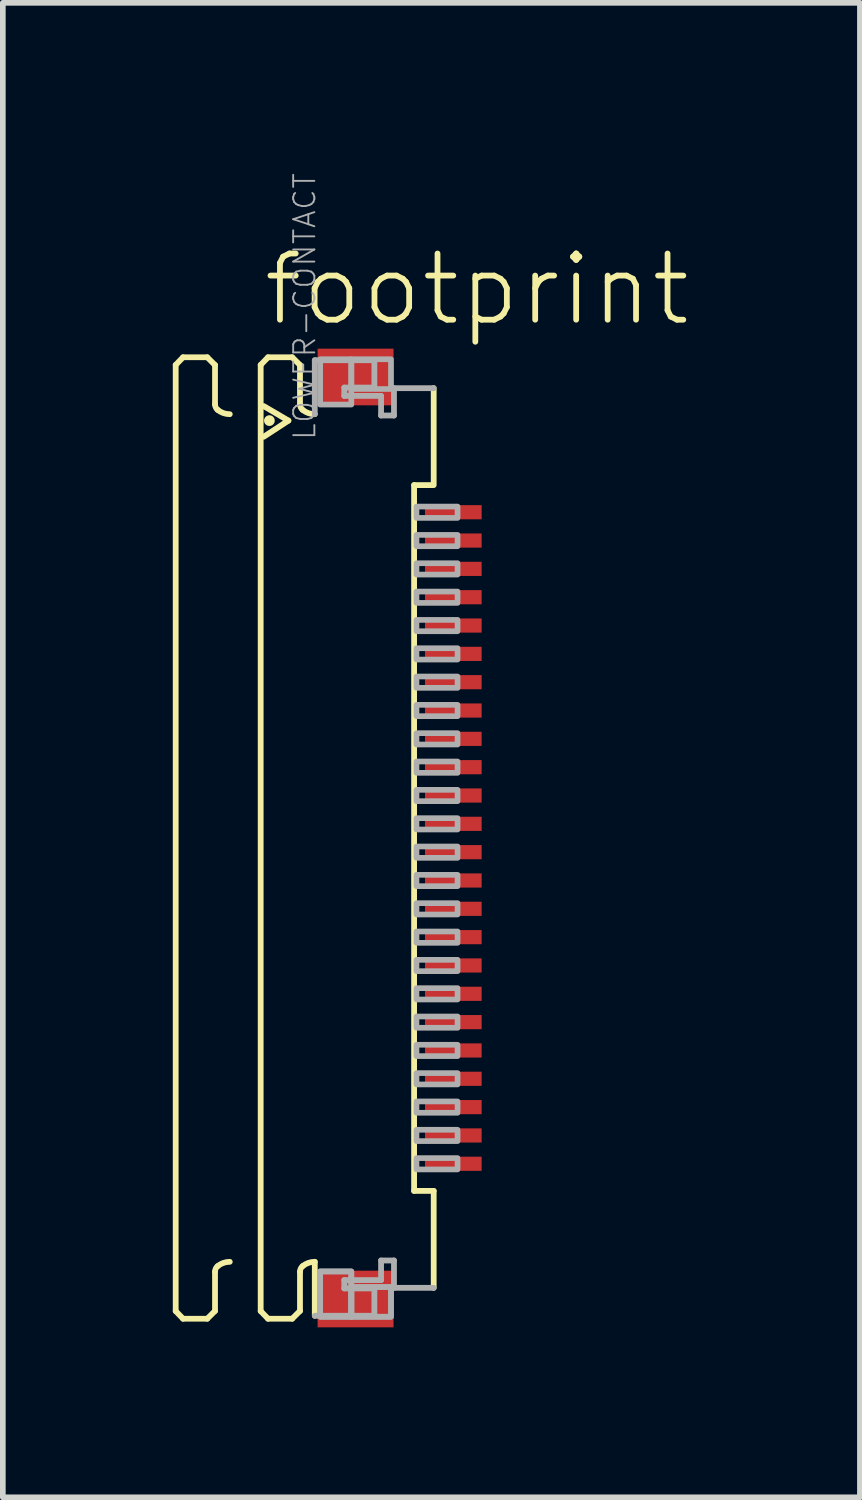
<source format=kicad_pcb>
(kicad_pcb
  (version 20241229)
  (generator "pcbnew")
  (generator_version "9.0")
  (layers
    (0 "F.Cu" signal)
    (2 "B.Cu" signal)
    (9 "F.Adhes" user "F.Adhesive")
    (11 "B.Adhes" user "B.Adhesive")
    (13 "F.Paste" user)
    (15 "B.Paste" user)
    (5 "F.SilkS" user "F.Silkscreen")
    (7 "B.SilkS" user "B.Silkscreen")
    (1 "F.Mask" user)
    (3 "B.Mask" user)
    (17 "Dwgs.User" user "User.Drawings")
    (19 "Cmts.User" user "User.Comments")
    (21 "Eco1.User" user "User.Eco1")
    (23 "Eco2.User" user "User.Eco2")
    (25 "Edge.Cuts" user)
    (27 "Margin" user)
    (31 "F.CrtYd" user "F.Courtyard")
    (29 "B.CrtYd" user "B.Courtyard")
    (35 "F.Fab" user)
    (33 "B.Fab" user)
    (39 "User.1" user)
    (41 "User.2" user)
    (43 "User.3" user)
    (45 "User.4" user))
  (footprint "footprint"
    (layer "F.Cu")
    (at 3.046 11.741)
    (property "Reference" "footprint" (at -1.5 -9 0) (layer "F.SilkS") (effects (font (size 1.168 1.168) (thickness 0.102)) (justify left bottom)))
    (fp_poly (pts (xy 1.355 -5.575) (xy 2.455 -5.575) (xy 2.455 -5.925) (xy 1.355 -5.925)) (stroke (width 0) (type solid)) (fill yes) (layer "F.Mask"))
    (fp_poly (pts (xy 1.355 -5.075) (xy 2.455 -5.075) (xy 2.455 -5.425) (xy 1.355 -5.425)) (stroke (width 0) (type solid)) (fill yes) (layer "F.Mask"))
    (fp_poly (pts (xy 1.355 -4.575) (xy 2.455 -4.575) (xy 2.455 -4.925) (xy 1.355 -4.925)) (stroke (width 0) (type solid)) (fill yes) (layer "F.Mask"))
    (fp_poly (pts (xy 1.355 -4.075) (xy 2.455 -4.075) (xy 2.455 -4.425) (xy 1.355 -4.425)) (stroke (width 0) (type solid)) (fill yes) (layer "F.Mask"))
    (fp_poly (pts (xy 1.355 -3.575) (xy 2.455 -3.575) (xy 2.455 -3.925) (xy 1.355 -3.925)) (stroke (width 0) (type solid)) (fill yes) (layer "F.Mask"))
    (fp_poly (pts (xy 1.355 -3.075) (xy 2.455 -3.075) (xy 2.455 -3.425) (xy 1.355 -3.425)) (stroke (width 0) (type solid)) (fill yes) (layer "F.Mask"))
    (fp_poly (pts (xy 1.355 -2.575) (xy 2.455 -2.575) (xy 2.455 -2.925) (xy 1.355 -2.925)) (stroke (width 0) (type solid)) (fill yes) (layer "F.Mask"))
    (fp_poly (pts (xy 1.355 -2.075) (xy 2.455 -2.075) (xy 2.455 -2.425) (xy 1.355 -2.425)) (stroke (width 0) (type solid)) (fill yes) (layer "F.Mask"))
    (fp_poly (pts (xy 1.355 -1.575) (xy 2.455 -1.575) (xy 2.455 -1.925) (xy 1.355 -1.925)) (stroke (width 0) (type solid)) (fill yes) (layer "F.Mask"))
    (fp_poly (pts (xy 1.355 -1.075) (xy 2.455 -1.075) (xy 2.455 -1.425) (xy 1.355 -1.425)) (stroke (width 0) (type solid)) (fill yes) (layer "F.Mask"))
    (fp_poly (pts (xy 1.355 -0.575) (xy 2.455 -0.575) (xy 2.455 -0.925) (xy 1.355 -0.925)) (stroke (width 0) (type solid)) (fill yes) (layer "F.Mask"))
    (fp_poly (pts (xy 1.355 -0.075) (xy 2.455 -0.075) (xy 2.455 -0.425) (xy 1.355 -0.425)) (stroke (width 0) (type solid)) (fill yes) (layer "F.Mask"))
    (fp_poly (pts (xy 1.355 0.425) (xy 2.455 0.425) (xy 2.455 0.075) (xy 1.355 0.075)) (stroke (width 0) (type solid)) (fill yes) (layer "F.Mask"))
    (fp_poly (pts (xy 1.355 0.925) (xy 2.455 0.925) (xy 2.455 0.575) (xy 1.355 0.575)) (stroke (width 0) (type solid)) (fill yes) (layer "F.Mask"))
    (fp_poly (pts (xy 1.355 1.425) (xy 2.455 1.425) (xy 2.455 1.075) (xy 1.355 1.075)) (stroke (width 0) (type solid)) (fill yes) (layer "F.Mask"))
    (fp_poly (pts (xy 1.355 1.925) (xy 2.455 1.925) (xy 2.455 1.575) (xy 1.355 1.575)) (stroke (width 0) (type solid)) (fill yes) (layer "F.Mask"))
    (fp_poly (pts (xy 1.355 2.425) (xy 2.455 2.425) (xy 2.455 2.075) (xy 1.355 2.075)) (stroke (width 0) (type solid)) (fill yes) (layer "F.Mask"))
    (fp_poly (pts (xy 1.355 2.925) (xy 2.455 2.925) (xy 2.455 2.575) (xy 1.355 2.575)) (stroke (width 0) (type solid)) (fill yes) (layer "F.Mask"))
    (fp_poly (pts (xy 1.355 3.425) (xy 2.455 3.425) (xy 2.455 3.075) (xy 1.355 3.075)) (stroke (width 0) (type solid)) (fill yes) (layer "F.Mask"))
    (fp_poly (pts (xy 1.355 3.925) (xy 2.455 3.925) (xy 2.455 3.575) (xy 1.355 3.575)) (stroke (width 0) (type solid)) (fill yes) (layer "F.Mask"))
    (fp_poly (pts (xy 1.355 4.425) (xy 2.455 4.425) (xy 2.455 4.075) (xy 1.355 4.075)) (stroke (width 0) (type solid)) (fill yes) (layer "F.Mask"))
    (fp_poly (pts (xy 1.355 4.925) (xy 2.455 4.925) (xy 2.455 4.575) (xy 1.355 4.575)) (stroke (width 0) (type solid)) (fill yes) (layer "F.Mask"))
    (fp_poly (pts (xy 1.355 5.425) (xy 2.455 5.425) (xy 2.455 5.075) (xy 1.355 5.075)) (stroke (width 0) (type solid)) (fill yes) (layer "F.Mask"))
    (fp_poly (pts (xy 1.355 5.925) (xy 2.455 5.925) (xy 2.455 5.575) (xy 1.355 5.575)) (stroke (width 0) (type solid)) (fill yes) (layer "F.Mask"))
    (fp_line (start -2.995 -8.35) (end -2.865 -8.485) (stroke (width 0.102) (type solid)) (layer "F.SilkS"))
    (fp_line (start -2.995 8.35) (end -2.995 -8.35) (stroke (width 0.102) (type solid)) (layer "F.SilkS"))
    (fp_line (start -2.995 8.35) (end -2.865 8.485) (stroke (width 0.102) (type solid)) (layer "F.SilkS"))
    (fp_line (start -2.865 -8.485) (end -2.438 -8.485) (stroke (width 0.102) (type solid)) (layer "F.SilkS"))
    (fp_line (start -2.865 8.485) (end -2.438 8.485) (stroke (width 0.102) (type solid)) (layer "F.SilkS"))
    (fp_line (start -2.438 -8.485) (end -2.301 -8.348) (stroke (width 0.102) (type solid)) (layer "F.SilkS"))
    (fp_line (start -2.438 8.485) (end -2.301 8.348) (stroke (width 0.102) (type solid)) (layer "F.SilkS"))
    (fp_line (start -2.301 -8.348) (end -2.301 -7.656) (stroke (width 0.102) (type solid)) (layer "F.SilkS"))
    (fp_line (start -2.301 8.348) (end -2.301 7.656) (stroke (width 0.102) (type solid)) (layer "F.SilkS"))
    (fp_line (start -1.495 -8.35) (end -1.365 -8.485) (stroke (width 0.102) (type solid)) (layer "F.SilkS"))
    (fp_line (start -1.495 8.35) (end -1.495 -8.35) (stroke (width 0.102) (type solid)) (layer "F.SilkS"))
    (fp_line (start -1.495 8.35) (end -1.365 8.485) (stroke (width 0.102) (type solid)) (layer "F.SilkS"))
    (fp_line (start -1.441 -7.623) (end -1.005 -7.367) (stroke (width 0.102) (type solid)) (layer "F.SilkS"))
    (fp_line (start -1.365 -8.485) (end -0.939 -8.485) (stroke (width 0.102) (type solid)) (layer "F.SilkS"))
    (fp_line (start -1.365 8.485) (end -0.939 8.485) (stroke (width 0.102) (type solid)) (layer "F.SilkS"))
    (fp_line (start -1.005 -7.367) (end -1.441 -7.082) (stroke (width 0.102) (type solid)) (layer "F.SilkS"))
    (fp_line (start -0.939 -8.485) (end -0.801 -8.348) (stroke (width 0.102) (type solid)) (layer "F.SilkS"))
    (fp_line (start -0.939 8.485) (end -0.801 8.348) (stroke (width 0.102) (type solid)) (layer "F.SilkS"))
    (fp_line (start -0.801 -8.348) (end -0.801 -7.656) (stroke (width 0.102) (type solid)) (layer "F.SilkS"))
    (fp_line (start -0.801 8.348) (end -0.801 7.656) (stroke (width 0.102) (type solid)) (layer "F.SilkS"))
    (fp_line (start -0.54 7.48) (end -0.54 8.433) (stroke (width 0.102) (type solid)) (layer "F.SilkS"))
    (fp_line (start 1.213 6.229) (end 1.213 -6.229) (stroke (width 0.102) (type solid)) (layer "F.SilkS"))
    (fp_line (start 1.538 -6.229) (end 1.213 -6.229) (stroke (width 0.102) (type solid)) (layer "F.SilkS"))
    (fp_line (start 1.559 -7.94) (end 1.559 -6.229) (stroke (width 0.102) (type solid)) (layer "F.SilkS"))
    (fp_line (start 1.559 6.229) (end 1.213 6.229) (stroke (width 0.102) (type solid)) (layer "F.SilkS"))
    (fp_line (start 1.559 7.94) (end 1.559 6.229) (stroke (width 0.102) (type solid)) (layer "F.SilkS"))
    (fp_arc (start -2.301 7.6557) (mid -2.288538 7.600596) (end -2.2536 7.556199) (stroke (width 0.1016) (type solid)) (layer "F.SilkS"))
    (fp_arc (start -2.2536 -7.556199) (mid -2.288538 -7.600596) (end -2.301 -7.6557) (stroke (width 0.1016) (type solid)) (layer "F.SilkS"))
    (fp_arc (start -2.2536 7.5562) (mid -2.153476 7.499935) (end -2.0403 7.480399) (stroke (width 0.1016) (type solid)) (layer "F.SilkS"))
    (fp_arc (start -2.0403 -7.480399) (mid -2.153476 -7.499935) (end -2.2536 -7.5562) (stroke (width 0.1016) (type solid)) (layer "F.SilkS"))
    (fp_arc (start -0.801 7.6557) (mid -0.788538 7.600596) (end -0.7536 7.556199) (stroke (width 0.1016) (type solid)) (layer "F.SilkS"))
    (fp_arc (start -0.7536 -7.556199) (mid -0.788538 -7.600596) (end -0.801 -7.6557) (stroke (width 0.1016) (type solid)) (layer "F.SilkS"))
    (fp_arc (start -0.7536 7.5562) (mid -0.653476 7.499935) (end -0.5403 7.480399) (stroke (width 0.1016) (type solid)) (layer "F.SilkS"))
    (fp_arc (start -0.5403 -7.480399) (mid -0.653476 -7.499935) (end -0.7536 -7.5562) (stroke (width 0.1016) (type solid)) (layer "F.SilkS"))
    (fp_circle (center -1.341 -7.367) (end -1.294 -7.367) (stroke (width 0.095) (type solid)) (fill yes) (layer "F.SilkS"))
    (fp_line (start -0.54 -8.433) (end 0.512 -8.433) (stroke (width 0.102) (type solid)) (layer "F.Fab"))
    (fp_line (start -0.54 -7.48) (end -0.54 -8.433) (stroke (width 0.102) (type solid)) (layer "F.Fab"))
    (fp_line (start -0.54 8.433) (end 0.512 8.433) (stroke (width 0.102) (type solid)) (layer "F.Fab"))
    (fp_line (start -0.019 -7.95) (end -0.019 -7.803) (stroke (width 0.102) (type solid)) (layer "F.Fab"))
    (fp_line (start -0.019 -7.803) (end 0.63 -7.803) (stroke (width 0.102) (type solid)) (layer "F.Fab"))
    (fp_line (start -0.019 7.803) (end 0.63 7.803) (stroke (width 0.102) (type solid)) (layer "F.Fab"))
    (fp_line (start -0.019 7.95) (end -0.019 7.803) (stroke (width 0.102) (type solid)) (layer "F.Fab"))
    (fp_line (start 0.512 -8.433) (end 0.512 -7.95) (stroke (width 0.102) (type solid)) (layer "F.Fab"))
    (fp_line (start 0.512 -7.95) (end -0.019 -7.95) (stroke (width 0.102) (type solid)) (layer "F.Fab"))
    (fp_line (start 0.512 7.95) (end -0.019 7.95) (stroke (width 0.102) (type solid)) (layer "F.Fab"))
    (fp_line (start 0.512 8.433) (end 0.512 7.95) (stroke (width 0.102) (type solid)) (layer "F.Fab"))
    (fp_line (start 0.63 -7.803) (end 0.63 -7.457) (stroke (width 0.102) (type solid)) (layer "F.Fab"))
    (fp_line (start 0.63 -7.457) (end 0.858 -7.457) (stroke (width 0.102) (type solid)) (layer "F.Fab"))
    (fp_line (start 0.63 7.457) (end 0.858 7.457) (stroke (width 0.102) (type solid)) (layer "F.Fab"))
    (fp_line (start 0.63 7.803) (end 0.63 7.457) (stroke (width 0.102) (type solid)) (layer "F.Fab"))
    (fp_line (start 0.858 -7.94) (end 1.559 -7.94) (stroke (width 0.102) (type solid)) (layer "F.Fab"))
    (fp_line (start 0.858 -7.457) (end 0.858 -7.94) (stroke (width 0.102) (type solid)) (layer "F.Fab"))
    (fp_line (start 0.858 7.457) (end 0.858 7.94) (stroke (width 0.102) (type solid)) (layer "F.Fab"))
    (fp_line (start 0.858 7.94) (end 1.559 7.94) (stroke (width 0.102) (type solid)) (layer "F.Fab"))
    (fp_poly (pts (xy -0.445 -7.65) (xy 0.105 -7.65) (xy 0.105 -8.45) (xy -0.445 -8.45)) (stroke (width 0.1) (type solid)) (fill no) (layer "F.Fab"))
    (fp_poly (pts (xy -0.445 8.45) (xy 0.105 8.45) (xy 0.105 7.65) (xy -0.445 7.65)) (stroke (width 0.1) (type solid)) (fill no) (layer "F.Fab"))
    (fp_poly (pts (xy -0.445 8.45) (xy 0.105 8.45) (xy 0.105 7.65) (xy -0.445 7.65)) (stroke (width 0.1) (type solid)) (fill no) (layer "F.Fab"))
    (fp_poly (pts (xy 0.105 -7.925) (xy 0.805 -7.925) (xy 0.805 -8.45) (xy 0.105 -8.45)) (stroke (width 0.1) (type solid)) (fill no) (layer "F.Fab"))
    (fp_poly (pts (xy 0.105 8.45) (xy 0.805 8.45) (xy 0.805 7.925) (xy 0.105 7.925)) (stroke (width 0.1) (type solid)) (fill no) (layer "F.Fab"))
    (fp_poly (pts (xy 0.105 8.45) (xy 0.805 8.45) (xy 0.805 7.925) (xy 0.105 7.925)) (stroke (width 0.1) (type solid)) (fill no) (layer "F.Fab"))
    (fp_poly (pts (xy 1.255 -5.65) (xy 1.98 -5.65) (xy 1.98 -5.85) (xy 1.255 -5.85)) (stroke (width 0.1) (type solid)) (fill no) (layer "F.Fab"))
    (fp_poly (pts (xy 1.255 -5.15) (xy 1.98 -5.15) (xy 1.98 -5.35) (xy 1.255 -5.35)) (stroke (width 0.1) (type solid)) (fill no) (layer "F.Fab"))
    (fp_poly (pts (xy 1.255 -4.65) (xy 1.98 -4.65) (xy 1.98 -4.85) (xy 1.255 -4.85)) (stroke (width 0.1) (type solid)) (fill no) (layer "F.Fab"))
    (fp_poly (pts (xy 1.255 -4.15) (xy 1.98 -4.15) (xy 1.98 -4.35) (xy 1.255 -4.35)) (stroke (width 0.1) (type solid)) (fill no) (layer "F.Fab"))
    (fp_poly (pts (xy 1.255 -3.65) (xy 1.98 -3.65) (xy 1.98 -3.85) (xy 1.255 -3.85)) (stroke (width 0.1) (type solid)) (fill no) (layer "F.Fab"))
    (fp_poly (pts (xy 1.255 -3.15) (xy 1.98 -3.15) (xy 1.98 -3.35) (xy 1.255 -3.35)) (stroke (width 0.1) (type solid)) (fill no) (layer "F.Fab"))
    (fp_poly (pts (xy 1.255 -2.65) (xy 1.98 -2.65) (xy 1.98 -2.85) (xy 1.255 -2.85)) (stroke (width 0.1) (type solid)) (fill no) (layer "F.Fab"))
    (fp_poly (pts (xy 1.255 -2.15) (xy 1.98 -2.15) (xy 1.98 -2.35) (xy 1.255 -2.35)) (stroke (width 0.1) (type solid)) (fill no) (layer "F.Fab"))
    (fp_poly (pts (xy 1.255 -1.65) (xy 1.98 -1.65) (xy 1.98 -1.85) (xy 1.255 -1.85)) (stroke (width 0.1) (type solid)) (fill no) (layer "F.Fab"))
    (fp_poly (pts (xy 1.255 -1.15) (xy 1.98 -1.15) (xy 1.98 -1.35) (xy 1.255 -1.35)) (stroke (width 0.1) (type solid)) (fill no) (layer "F.Fab"))
    (fp_poly (pts (xy 1.255 -0.65) (xy 1.98 -0.65) (xy 1.98 -0.85) (xy 1.255 -0.85)) (stroke (width 0.1) (type solid)) (fill no) (layer "F.Fab"))
    (fp_poly (pts (xy 1.255 -0.15) (xy 1.98 -0.15) (xy 1.98 -0.35) (xy 1.255 -0.35)) (stroke (width 0.1) (type solid)) (fill no) (layer "F.Fab"))
    (fp_poly (pts (xy 1.255 0.35) (xy 1.98 0.35) (xy 1.98 0.15) (xy 1.255 0.15)) (stroke (width 0.1) (type solid)) (fill no) (layer "F.Fab"))
    (fp_poly (pts (xy 1.255 0.85) (xy 1.98 0.85) (xy 1.98 0.65) (xy 1.255 0.65)) (stroke (width 0.1) (type solid)) (fill no) (layer "F.Fab"))
    (fp_poly (pts (xy 1.255 1.35) (xy 1.98 1.35) (xy 1.98 1.15) (xy 1.255 1.15)) (stroke (width 0.1) (type solid)) (fill no) (layer "F.Fab"))
    (fp_poly (pts (xy 1.255 1.85) (xy 1.98 1.85) (xy 1.98 1.65) (xy 1.255 1.65)) (stroke (width 0.1) (type solid)) (fill no) (layer "F.Fab"))
    (fp_poly (pts (xy 1.255 2.35) (xy 1.98 2.35) (xy 1.98 2.15) (xy 1.255 2.15)) (stroke (width 0.1) (type solid)) (fill no) (layer "F.Fab"))
    (fp_poly (pts (xy 1.255 2.85) (xy 1.98 2.85) (xy 1.98 2.65) (xy 1.255 2.65)) (stroke (width 0.1) (type solid)) (fill no) (layer "F.Fab"))
    (fp_poly (pts (xy 1.255 3.35) (xy 1.98 3.35) (xy 1.98 3.15) (xy 1.255 3.15)) (stroke (width 0.1) (type solid)) (fill no) (layer "F.Fab"))
    (fp_poly (pts (xy 1.255 3.85) (xy 1.98 3.85) (xy 1.98 3.65) (xy 1.255 3.65)) (stroke (width 0.1) (type solid)) (fill no) (layer "F.Fab"))
    (fp_poly (pts (xy 1.255 4.35) (xy 1.98 4.35) (xy 1.98 4.15) (xy 1.255 4.15)) (stroke (width 0.1) (type solid)) (fill no) (layer "F.Fab"))
    (fp_poly (pts (xy 1.255 4.85) (xy 1.98 4.85) (xy 1.98 4.65) (xy 1.255 4.65)) (stroke (width 0.1) (type solid)) (fill no) (layer "F.Fab"))
    (fp_poly (pts (xy 1.255 5.35) (xy 1.98 5.35) (xy 1.98 5.15) (xy 1.255 5.15)) (stroke (width 0.1) (type solid)) (fill no) (layer "F.Fab"))
    (fp_poly (pts (xy 1.255 5.85) (xy 1.98 5.85) (xy 1.98 5.65) (xy 1.255 5.65)) (stroke (width 0.1) (type solid)) (fill no) (layer "F.Fab"))
    (fp_text user "LOWER-CONTACT" (at -0.5 -7 270) (layer "F.Fab") (effects (font (size 0.374 0.374) (thickness 0.033)) (justify left bottom)))
    (pad "1" smd rect (at 1.905 -5.75) (size 1 0.25) (layers "F.Cu" "F.Paste"))
    (pad "2" smd rect (at 1.905 -5.25) (size 1 0.25) (layers "F.Cu" "F.Paste"))
    (pad "3" smd rect (at 1.905 -4.75) (size 1 0.25) (layers "F.Cu" "F.Paste"))
    (pad "4" smd rect (at 1.905 -4.25) (size 1 0.25) (layers "F.Cu" "F.Paste"))
    (pad "5" smd rect (at 1.905 -3.75) (size 1 0.25) (layers "F.Cu" "F.Paste"))
    (pad "6" smd rect (at 1.905 -3.25) (size 1 0.25) (layers "F.Cu" "F.Paste"))
    (pad "7" smd rect (at 1.905 -2.75) (size 1 0.25) (layers "F.Cu" "F.Paste"))
    (pad "8" smd rect (at 1.905 -2.25) (size 1 0.25) (layers "F.Cu" "F.Paste"))
    (pad "9" smd rect (at 1.905 -1.75) (size 1 0.25) (layers "F.Cu" "F.Paste"))
    (pad "10" smd rect (at 1.905 -1.25) (size 1 0.25) (layers "F.Cu" "F.Paste"))
    (pad "11" smd rect (at 1.905 -0.75) (size 1 0.25) (layers "F.Cu" "F.Paste"))
    (pad "12" smd rect (at 1.905 -0.25) (size 1 0.25) (layers "F.Cu" "F.Paste"))
    (pad "13" smd rect (at 1.905 0.25) (size 1 0.25) (layers "F.Cu" "F.Paste"))
    (pad "14" smd rect (at 1.905 0.75) (size 1 0.25) (layers "F.Cu" "F.Paste"))
    (pad "15" smd rect (at 1.905 1.25) (size 1 0.25) (layers "F.Cu" "F.Paste"))
    (pad "16" smd rect (at 1.905 1.75) (size 1 0.25) (layers "F.Cu" "F.Paste"))
    (pad "17" smd rect (at 1.905 2.25) (size 1 0.25) (layers "F.Cu" "F.Paste"))
    (pad "18" smd rect (at 1.905 2.75) (size 1 0.25) (layers "F.Cu" "F.Paste"))
    (pad "19" smd rect (at 1.905 3.25) (size 1 0.25) (layers "F.Cu" "F.Paste"))
    (pad "20" smd rect (at 1.905 3.75) (size 1 0.25) (layers "F.Cu" "F.Paste"))
    (pad "21" smd rect (at 1.905 4.25) (size 1 0.25) (layers "F.Cu" "F.Paste"))
    (pad "22" smd rect (at 1.905 4.75) (size 1 0.25) (layers "F.Cu" "F.Paste"))
    (pad "23" smd rect (at 1.905 5.25) (size 1 0.25) (layers "F.Cu" "F.Paste"))
    (pad "24" smd rect (at 1.905 5.75) (size 1 0.25) (layers "F.Cu" "F.Paste"))
    (pad "M1" smd rect (at 0.18 -8.137) (size 1.34 1) (layers "F.Cu" "F.Mask" "F.Paste"))
    (pad "M2" smd rect (at 0.18 8.137) (size 1.34 1) (layers "F.Cu" "F.Mask" "F.Paste")))
  (gr_rect
    (start -3 -3)
    (end 12.128 23.378)
    (stroke (width 0.1) (type default))
    (fill no)
    (layer "Edge.Cuts")))
</source>
